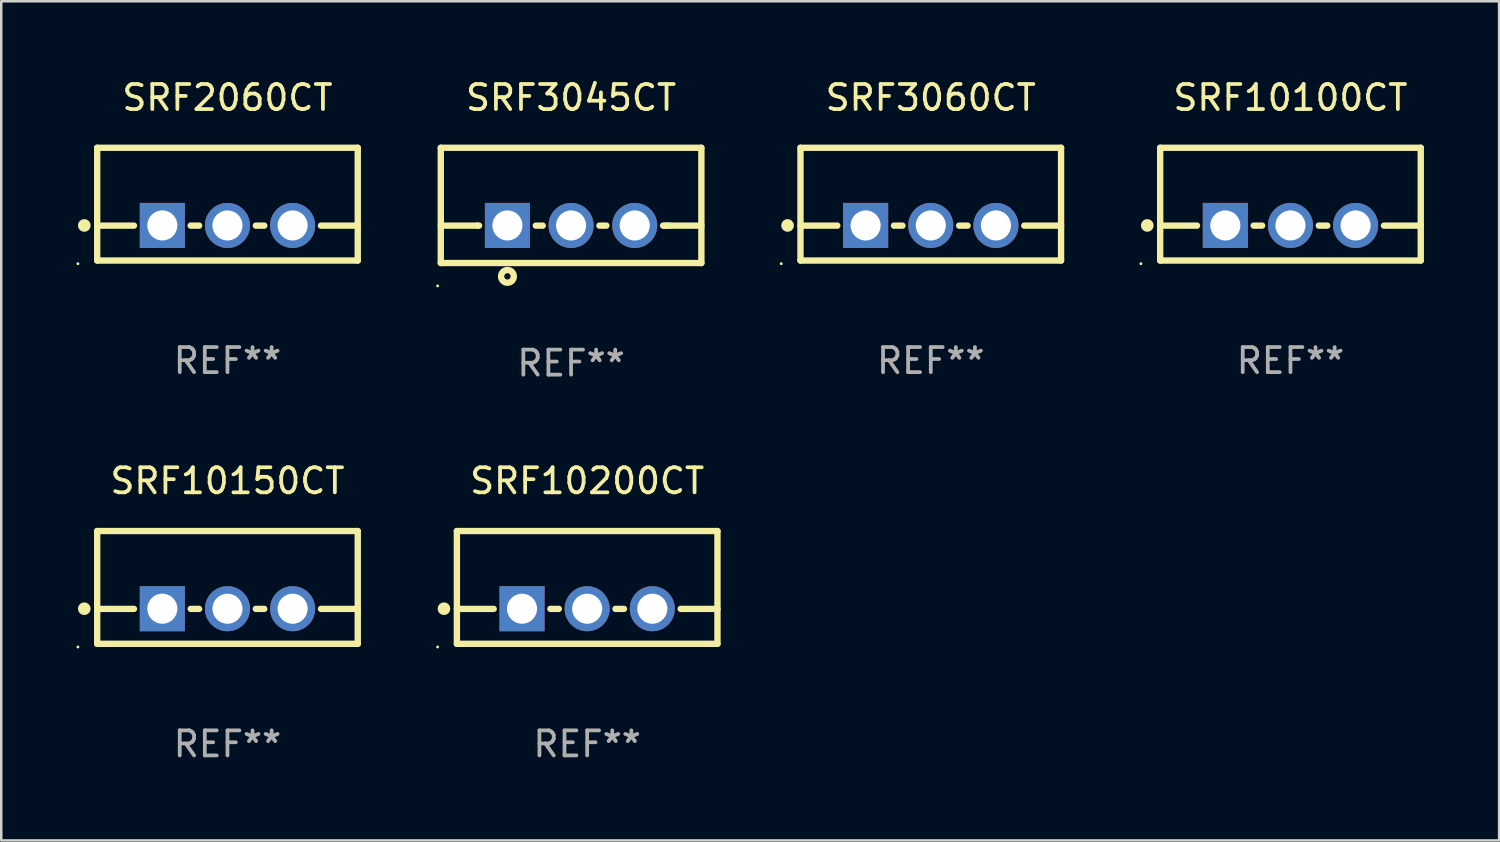
<source format=kicad_pcb>
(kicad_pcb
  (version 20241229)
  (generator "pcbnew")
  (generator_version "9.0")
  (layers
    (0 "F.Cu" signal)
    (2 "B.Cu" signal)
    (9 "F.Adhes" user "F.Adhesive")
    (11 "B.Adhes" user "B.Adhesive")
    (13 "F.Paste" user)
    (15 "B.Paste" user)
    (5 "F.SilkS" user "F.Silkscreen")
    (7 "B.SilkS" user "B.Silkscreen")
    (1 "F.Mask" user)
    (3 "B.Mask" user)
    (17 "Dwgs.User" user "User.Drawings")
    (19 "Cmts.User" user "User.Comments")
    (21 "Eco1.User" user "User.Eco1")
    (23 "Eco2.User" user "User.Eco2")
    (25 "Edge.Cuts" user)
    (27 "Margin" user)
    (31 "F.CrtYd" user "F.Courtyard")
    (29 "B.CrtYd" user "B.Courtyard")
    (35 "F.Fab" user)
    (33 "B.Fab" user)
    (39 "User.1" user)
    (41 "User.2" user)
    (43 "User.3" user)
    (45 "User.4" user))
  (footprint "SRF3060CT"
    (layer "F.Cu")
    (at 34.099 5.098)
    (property "Reference" "SRF3060CT" (at 0 -4.25 0) (layer "F.SilkS") (effects (font (size 1 1) (thickness 0.15))))
    (attr through_hole)
    (fp_line (start -5.2 -2.25) (end -5.2 2.25) (stroke (width 0.254) (type solid)) (layer "F.SilkS"))
    (fp_line (start -5.2 -2.25) (end 5.2 -2.25) (stroke (width 0.254) (type solid)) (layer "F.SilkS"))
    (fp_line (start -5.2 0.857) (end -3.731 0.857) (stroke (width 0.254) (type solid)) (layer "F.SilkS"))
    (fp_line (start -5.2 2.25) (end 5.2 2.25) (stroke (width 0.254) (type solid)) (layer "F.SilkS"))
    (fp_line (start -1.469 0.857) (end -1.131 0.857) (stroke (width 0.254) (type solid)) (layer "F.SilkS"))
    (fp_line (start 1.131 0.857) (end 1.469 0.857) (stroke (width 0.254) (type solid)) (layer "F.SilkS"))
    (fp_line (start 3.731 0.857) (end 5.2 0.857) (stroke (width 0.254) (type solid)) (layer "F.SilkS"))
    (fp_line (start 5.2 -2.25) (end 5.2 2.25) (stroke (width 0.254) (type solid)) (layer "F.SilkS"))
    (fp_circle (center -5.969 2.377) (end -5.939 2.377) (stroke (width 0.06) (type solid)) (fill no) (layer "F.SilkS"))
    (fp_circle (center -5.715 0.85) (end -5.588 0.85) (stroke (width 0.254) (type solid)) (fill no) (layer "F.SilkS"))
    (fp_text user "REF**" (at 0 6.25 0) (layer "F.Fab") (effects (font (size 1 1) (thickness 0.15))))
    (pad "1" thru_hole rect (at -2.6 0.85) (size 1.8 1.8) (drill 1.2) (layers "*.Cu" "*.Mask"))
    (pad "2" thru_hole circle (at 0 0.85) (size 1.8 1.8) (drill 1.2) (layers "*.Cu" "*.Mask"))
    (pad "3" thru_hole circle (at 2.6 0.85) (size 1.8 1.8) (drill 1.2) (layers "*.Cu" "*.Mask")))
  (footprint "SRF10200CT"
    (layer "F.Cu")
    (at 20.385 20.395)
    (property "Reference" "SRF10200CT" (at 0 -4.25 0) (layer "F.SilkS") (effects (font (size 1 1) (thickness 0.15))))
    (attr through_hole)
    (fp_line (start -5.2 -2.25) (end -5.2 2.25) (stroke (width 0.254) (type solid)) (layer "F.SilkS"))
    (fp_line (start -5.2 -2.25) (end 5.2 -2.25) (stroke (width 0.254) (type solid)) (layer "F.SilkS"))
    (fp_line (start -5.2 0.857) (end -3.731 0.857) (stroke (width 0.254) (type solid)) (layer "F.SilkS"))
    (fp_line (start -5.2 2.25) (end 5.2 2.25) (stroke (width 0.254) (type solid)) (layer "F.SilkS"))
    (fp_line (start -1.469 0.857) (end -1.131 0.857) (stroke (width 0.254) (type solid)) (layer "F.SilkS"))
    (fp_line (start 1.131 0.857) (end 1.469 0.857) (stroke (width 0.254) (type solid)) (layer "F.SilkS"))
    (fp_line (start 3.731 0.857) (end 5.2 0.857) (stroke (width 0.254) (type solid)) (layer "F.SilkS"))
    (fp_line (start 5.2 -2.25) (end 5.2 2.25) (stroke (width 0.254) (type solid)) (layer "F.SilkS"))
    (fp_circle (center -5.969 2.377) (end -5.939 2.377) (stroke (width 0.06) (type solid)) (fill no) (layer "F.SilkS"))
    (fp_circle (center -5.715 0.85) (end -5.588 0.85) (stroke (width 0.254) (type solid)) (fill no) (layer "F.SilkS"))
    (fp_text user "REF**" (at 0 6.25 0) (layer "F.Fab") (effects (font (size 1 1) (thickness 0.15))))
    (pad "1" thru_hole rect (at -2.6 0.85) (size 1.8 1.8) (drill 1.2) (layers "*.Cu" "*.Mask"))
    (pad "2" thru_hole circle (at 0 0.85) (size 1.8 1.8) (drill 1.2) (layers "*.Cu" "*.Mask"))
    (pad "3" thru_hole circle (at 2.6 0.85) (size 1.8 1.8) (drill 1.2) (layers "*.Cu" "*.Mask")))
  (footprint "SRF10100CT"
    (layer "F.Cu")
    (at 48.455 5.098)
    (property "Reference" "SRF10100CT" (at 0 -4.25 0) (layer "F.SilkS") (effects (font (size 1 1) (thickness 0.15))))
    (attr through_hole)
    (fp_line (start -5.2 -2.25) (end -5.2 2.25) (stroke (width 0.254) (type solid)) (layer "F.SilkS"))
    (fp_line (start -5.2 -2.25) (end 5.2 -2.25) (stroke (width 0.254) (type solid)) (layer "F.SilkS"))
    (fp_line (start -5.2 0.857) (end -3.731 0.857) (stroke (width 0.254) (type solid)) (layer "F.SilkS"))
    (fp_line (start -5.2 2.25) (end 5.2 2.25) (stroke (width 0.254) (type solid)) (layer "F.SilkS"))
    (fp_line (start -1.469 0.857) (end -1.131 0.857) (stroke (width 0.254) (type solid)) (layer "F.SilkS"))
    (fp_line (start 1.131 0.857) (end 1.469 0.857) (stroke (width 0.254) (type solid)) (layer "F.SilkS"))
    (fp_line (start 3.731 0.857) (end 5.2 0.857) (stroke (width 0.254) (type solid)) (layer "F.SilkS"))
    (fp_line (start 5.2 -2.25) (end 5.2 2.25) (stroke (width 0.254) (type solid)) (layer "F.SilkS"))
    (fp_circle (center -5.969 2.377) (end -5.939 2.377) (stroke (width 0.06) (type solid)) (fill no) (layer "F.SilkS"))
    (fp_circle (center -5.715 0.85) (end -5.588 0.85) (stroke (width 0.254) (type solid)) (fill no) (layer "F.SilkS"))
    (fp_text user "REF**" (at 0 6.25 0) (layer "F.Fab") (effects (font (size 1 1) (thickness 0.15))))
    (pad "1" thru_hole rect (at -2.6 0.85) (size 1.8 1.8) (drill 1.2) (layers "*.Cu" "*.Mask"))
    (pad "2" thru_hole circle (at 0 0.85) (size 1.8 1.8) (drill 1.2) (layers "*.Cu" "*.Mask"))
    (pad "3" thru_hole circle (at 2.6 0.85) (size 1.8 1.8) (drill 1.2) (layers "*.Cu" "*.Mask")))
  (footprint "SRF3045CT"
    (layer "F.Cu")
    (at 19.743 5.148)
    (property "Reference" "SRF3045CT" (at 0 -4.3 0) (layer "F.SilkS") (effects (font (size 1 1) (thickness 0.15))))
    (attr through_hole)
    (fp_line (start -5.2 -2.3) (end -5.2 2.3) (stroke (width 0.254) (type solid)) (layer "F.SilkS"))
    (fp_line (start -5.2 -2.3) (end 5.2 -2.3) (stroke (width 0.254) (type solid)) (layer "F.SilkS"))
    (fp_line (start -5.2 0.807) (end -3.731 0.807) (stroke (width 0.254) (type solid)) (layer "F.SilkS"))
    (fp_line (start -5.2 2.3) (end 5.2 2.3) (stroke (width 0.254) (type solid)) (layer "F.SilkS"))
    (fp_line (start -3.731 0.807) (end -3.671 0.807) (stroke (width 0.254) (type solid)) (layer "F.SilkS"))
    (fp_line (start -1.409 0.807) (end -1.131 0.807) (stroke (width 0.254) (type solid)) (layer "F.SilkS"))
    (fp_line (start 1.131 0.807) (end 1.409 0.807) (stroke (width 0.254) (type solid)) (layer "F.SilkS"))
    (fp_line (start 3.671 0.807) (end 3.926 0.807) (stroke (width 0.254) (type solid)) (layer "F.SilkS"))
    (fp_line (start 3.731 0.807) (end 5.2 0.807) (stroke (width 0.254) (type solid)) (layer "F.SilkS"))
    (fp_line (start 5.2 -2.3) (end 5.2 2.3) (stroke (width 0.254) (type solid)) (layer "F.SilkS"))
    (fp_circle (center -5.327 3.213) (end -5.297 3.213) (stroke (width 0.06) (type solid)) (fill no) (layer "F.SilkS"))
    (fp_circle (center -2.54 2.832) (end -2.286 2.832) (stroke (width 0.254) (type solid)) (fill no) (layer "F.SilkS"))
    (fp_text user "REF**" (at 0 6.3 0) (layer "F.Fab") (effects (font (size 1 1) (thickness 0.15))))
    (pad "1" thru_hole rect (at -2.54 0.8) (size 1.8 1.8) (drill 1.2) (layers "*.Cu" "*.Mask"))
    (pad "2" thru_hole circle (at 0 0.8) (size 1.8 1.8) (drill 1.2) (layers "*.Cu" "*.Mask"))
    (pad "3" thru_hole circle (at 2.54 0.8) (size 1.8 1.8) (drill 1.2) (layers "*.Cu" "*.Mask")))
  (footprint "SRF2060CT"
    (layer "F.Cu")
    (at 6.029 5.098)
    (property "Reference" "SRF2060CT" (at 0 -4.25 0) (layer "F.SilkS") (effects (font (size 1 1) (thickness 0.15))))
    (attr through_hole)
    (fp_line (start -5.2 -2.25) (end -5.2 2.25) (stroke (width 0.254) (type solid)) (layer "F.SilkS"))
    (fp_line (start -5.2 -2.25) (end 5.2 -2.25) (stroke (width 0.254) (type solid)) (layer "F.SilkS"))
    (fp_line (start -5.2 0.857) (end -3.731 0.857) (stroke (width 0.254) (type solid)) (layer "F.SilkS"))
    (fp_line (start -5.2 2.25) (end 5.2 2.25) (stroke (width 0.254) (type solid)) (layer "F.SilkS"))
    (fp_line (start -1.469 0.857) (end -1.131 0.857) (stroke (width 0.254) (type solid)) (layer "F.SilkS"))
    (fp_line (start 1.131 0.857) (end 1.469 0.857) (stroke (width 0.254) (type solid)) (layer "F.SilkS"))
    (fp_line (start 3.731 0.857) (end 5.2 0.857) (stroke (width 0.254) (type solid)) (layer "F.SilkS"))
    (fp_line (start 5.2 -2.25) (end 5.2 2.25) (stroke (width 0.254) (type solid)) (layer "F.SilkS"))
    (fp_circle (center -5.969 2.377) (end -5.939 2.377) (stroke (width 0.06) (type solid)) (fill no) (layer "F.SilkS"))
    (fp_circle (center -5.715 0.85) (end -5.588 0.85) (stroke (width 0.254) (type solid)) (fill no) (layer "F.SilkS"))
    (fp_text user "REF**" (at 0 6.25 0) (layer "F.Fab") (effects (font (size 1 1) (thickness 0.15))))
    (pad "1" thru_hole rect (at -2.6 0.85) (size 1.8 1.8) (drill 1.2) (layers "*.Cu" "*.Mask"))
    (pad "2" thru_hole circle (at 0 0.85) (size 1.8 1.8) (drill 1.2) (layers "*.Cu" "*.Mask"))
    (pad "3" thru_hole circle (at 2.6 0.85) (size 1.8 1.8) (drill 1.2) (layers "*.Cu" "*.Mask")))
  (footprint "SRF10150CT"
    (layer "F.Cu")
    (at 6.029 20.395)
    (property "Reference" "SRF10150CT" (at 0 -4.25 0) (layer "F.SilkS") (effects (font (size 1 1) (thickness 0.15))))
    (attr through_hole)
    (fp_line (start -5.2 -2.25) (end -5.2 2.25) (stroke (width 0.254) (type solid)) (layer "F.SilkS"))
    (fp_line (start -5.2 -2.25) (end 5.2 -2.25) (stroke (width 0.254) (type solid)) (layer "F.SilkS"))
    (fp_line (start -5.2 0.857) (end -3.731 0.857) (stroke (width 0.254) (type solid)) (layer "F.SilkS"))
    (fp_line (start -5.2 2.25) (end 5.2 2.25) (stroke (width 0.254) (type solid)) (layer "F.SilkS"))
    (fp_line (start -1.469 0.857) (end -1.131 0.857) (stroke (width 0.254) (type solid)) (layer "F.SilkS"))
    (fp_line (start 1.131 0.857) (end 1.469 0.857) (stroke (width 0.254) (type solid)) (layer "F.SilkS"))
    (fp_line (start 3.731 0.857) (end 5.2 0.857) (stroke (width 0.254) (type solid)) (layer "F.SilkS"))
    (fp_line (start 5.2 -2.25) (end 5.2 2.25) (stroke (width 0.254) (type solid)) (layer "F.SilkS"))
    (fp_circle (center -5.969 2.377) (end -5.939 2.377) (stroke (width 0.06) (type solid)) (fill no) (layer "F.SilkS"))
    (fp_circle (center -5.715 0.85) (end -5.588 0.85) (stroke (width 0.254) (type solid)) (fill no) (layer "F.SilkS"))
    (fp_text user "REF**" (at 0 6.25 0) (layer "F.Fab") (effects (font (size 1 1) (thickness 0.15))))
    (pad "1" thru_hole rect (at -2.6 0.85) (size 1.8 1.8) (drill 1.2) (layers "*.Cu" "*.Mask"))
    (pad "2" thru_hole circle (at 0 0.85) (size 1.8 1.8) (drill 1.2) (layers "*.Cu" "*.Mask"))
    (pad "3" thru_hole circle (at 2.6 0.85) (size 1.8 1.8) (drill 1.2) (layers "*.Cu" "*.Mask")))
  (gr_rect
    (start -3 -3)
    (end 56.782 30.493)
    (stroke (width 0.1) (type default))
    (fill no)
    (layer "Edge.Cuts")))
</source>
